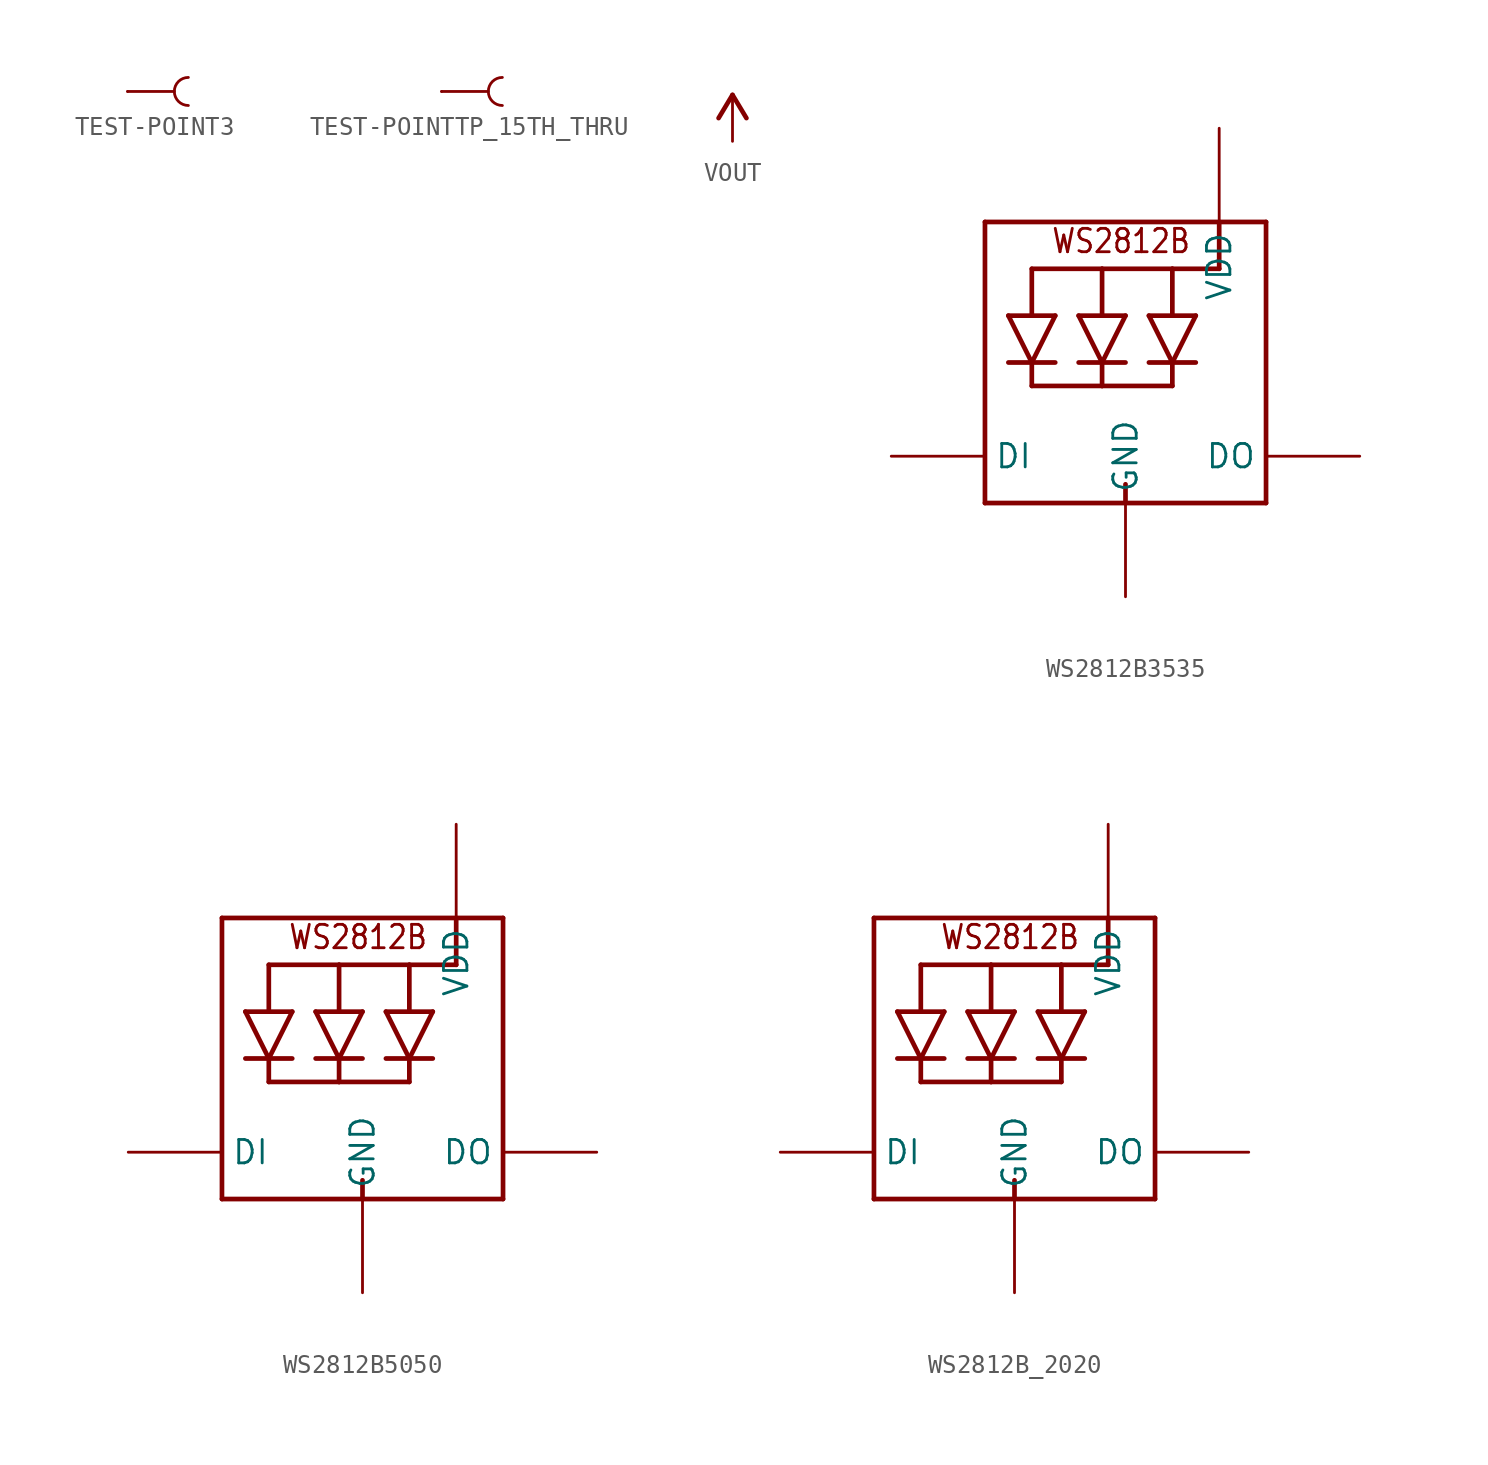
<source format=kicad_sym>
(kicad_symbol_lib
  (version 20231120)
  (generator "kicad_symbol_editor")
  (generator_version "8.0")
  (symbol "TEST-POINT3"
    (property "Reference" "TP"
      (at -2.54 2.54 0)
      (effects (font (size 1.778 1.778)) (justify left bottom) (hide yes)))
    (property "ki_locked" ""
      (at 0 0 0)
      (effects (font (size 1.27 1.27))))
    (symbol "TEST-POINT3_1_0"
      (polyline (pts (xy 2.54 0) (xy 0 0)) (stroke (width 0.152) (type solid)) (fill (type none)))
      (arc (start 3.302 0.762) (mid 2.54 0) (end 3.302 -0.762) (stroke (width 0.1524) (type solid)) (fill (type none)))
      (pin bidirectional line (at 0 0 180) (length 0) (name "1" (effects (font (size 0 0)))) (number "P$1" (effects (font (size 0 0)))))))
  (symbol "TEST-POINTTP_15TH_THRU"
    (property "Reference" "TP"
      (at -2.54 2.54 0)
      (effects (font (size 1.778 1.778)) (justify left bottom) (hide yes)))
    (property "ki_locked" ""
      (at 0 0 0)
      (effects (font (size 1.27 1.27))))
    (symbol "TEST-POINTTP_15TH_THRU_1_0"
      (polyline (pts (xy 2.54 0) (xy 0 0)) (stroke (width 0.152) (type solid)) (fill (type none)))
      (arc (start 3.302 0.762) (mid 2.54 0) (end 3.302 -0.762) (stroke (width 0.1524) (type solid)) (fill (type none)))
      (pin bidirectional line (at 0 0 180) (length 0) (name "1" (effects (font (size 0 0)))) (number "P$1" (effects (font (size 0 0)))))))
  (symbol "VOUT"
    (power)
    (property "Reference" "#SUPPLY"
      (at 0 0 0)
      (effects (font (size 1.27 1.27)) (hide yes)))
    (property "Value" ""
      (at 0 2.794 0)
      (effects (font (size 1.778 1.511)) (justify bottom)))
    (property "ki_locked" ""
      (at 0 0 0)
      (effects (font (size 1.27 1.27))))
    (symbol "VOUT_1_0"
      (polyline (pts (xy 0 2.54) (xy -0.762 1.27)) (stroke (width 0.254) (type solid)) (fill (type none)))
      (polyline (pts (xy 0.762 1.27) (xy 0 2.54)) (stroke (width 0.254) (type solid)) (fill (type none)))
      (pin power_in line (at 0 0 90) (length 2.54) (name "VOUT" (effects (font (size 0 0)))) (number "1" (effects (font (size 0 0)))))))
  (symbol "WS2812B3535"
    (property "Reference" "LED"
      (at 0 0 0)
      (effects (font (size 1.27 1.27)) (hide yes)))
    (property "ki_locked" ""
      (at 0 0 0)
      (effects (font (size 1.27 1.27))))
    (symbol "WS2812B3535_1_0"
      (polyline (pts (xy -7.62 -5.08) (xy 0 -5.08)) (stroke (width 0.254) (type solid)) (fill (type none)))
      (polyline (pts (xy -7.62 10.16) (xy -7.62 -5.08)) (stroke (width 0.254) (type solid)) (fill (type none)))
      (polyline (pts (xy -6.35 2.54) (xy -5.08 2.54)) (stroke (width 0.254) (type solid)) (fill (type none)))
      (polyline (pts (xy -6.35 5.08) (xy -5.08 5.08)) (stroke (width 0.254) (type solid)) (fill (type none)))
      (polyline (pts (xy -5.08 2.54) (xy -6.35 5.08)) (stroke (width 0.254) (type solid)) (fill (type none)))
      (polyline (pts (xy -5.08 2.54) (xy -5.08 1.27)) (stroke (width 0.254) (type solid)) (fill (type none)))
      (polyline (pts (xy -5.08 2.54) (xy -3.81 5.08)) (stroke (width 0.254) (type solid)) (fill (type none)))
      (polyline (pts (xy -5.08 5.08) (xy -3.81 5.08)) (stroke (width 0.254) (type solid)) (fill (type none)))
      (polyline (pts (xy -5.08 7.62) (xy -5.08 5.08)) (stroke (width 0.254) (type solid)) (fill (type none)))
      (polyline (pts (xy -3.81 2.54) (xy -5.08 2.54)) (stroke (width 0.254) (type solid)) (fill (type none)))
      (polyline (pts (xy -2.54 2.54) (xy -1.27 2.54)) (stroke (width 0.254) (type solid)) (fill (type none)))
      (polyline (pts (xy -2.54 5.08) (xy 0 5.08)) (stroke (width 0.254) (type solid)) (fill (type none)))
      (polyline (pts (xy -1.27 1.27) (xy -5.08 1.27)) (stroke (width 0.254) (type solid)) (fill (type none)))
      (polyline (pts (xy -1.27 2.54) (xy -2.54 5.08)) (stroke (width 0.254) (type solid)) (fill (type none)))
      (polyline (pts (xy -1.27 2.54) (xy -1.27 1.27)) (stroke (width 0.254) (type solid)) (fill (type none)))
      (polyline (pts (xy -1.27 2.54) (xy 0 2.54)) (stroke (width 0.254) (type solid)) (fill (type none)))
      (polyline (pts (xy -1.27 5.08) (xy -1.27 7.62)) (stroke (width 0.254) (type solid)) (fill (type none)))
      (polyline (pts (xy -1.27 7.62) (xy -5.08 7.62)) (stroke (width 0.254) (type solid)) (fill (type none)))
      (polyline (pts (xy 0 -5.08) (xy 7.62 -5.08)) (stroke (width 0.254) (type solid)) (fill (type none)))
      (polyline (pts (xy 0 -4.064) (xy 0 -5.08)) (stroke (width 0.254) (type solid)) (fill (type none)))
      (polyline (pts (xy 0 5.08) (xy -1.27 2.54)) (stroke (width 0.254) (type solid)) (fill (type none)))
      (polyline (pts (xy 1.27 5.08) (xy 2.54 2.54)) (stroke (width 0.254) (type solid)) (fill (type none)))
      (polyline (pts (xy 1.27 5.08) (xy 2.54 5.08)) (stroke (width 0.254) (type solid)) (fill (type none)))
      (polyline (pts (xy 2.54 1.27) (xy -1.27 1.27)) (stroke (width 0.254) (type solid)) (fill (type none)))
      (polyline (pts (xy 2.54 2.54) (xy 1.27 2.54)) (stroke (width 0.254) (type solid)) (fill (type none)))
      (polyline (pts (xy 2.54 2.54) (xy 2.54 1.27)) (stroke (width 0.254) (type solid)) (fill (type none)))
      (polyline (pts (xy 2.54 2.54) (xy 3.81 2.54)) (stroke (width 0.254) (type solid)) (fill (type none)))
      (polyline (pts (xy 2.54 2.54) (xy 3.81 5.08)) (stroke (width 0.254) (type solid)) (fill (type none)))
      (polyline (pts (xy 2.54 5.08) (xy 2.54 7.62)) (stroke (width 0.254) (type solid)) (fill (type none)))
      (polyline (pts (xy 2.54 7.62) (xy -1.27 7.62)) (stroke (width 0.254) (type solid)) (fill (type none)))
      (polyline (pts (xy 2.54 7.62) (xy 5.08 7.62)) (stroke (width 0.254) (type solid)) (fill (type none)))
      (polyline (pts (xy 3.81 5.08) (xy 2.54 5.08)) (stroke (width 0.254) (type solid)) (fill (type none)))
      (polyline (pts (xy 5.08 10.16) (xy -7.62 10.16)) (stroke (width 0.254) (type solid)) (fill (type none)))
      (polyline (pts (xy 5.08 10.16) (xy 5.08 7.62)) (stroke (width 0.254) (type solid)) (fill (type none)))
      (polyline (pts (xy 7.62 -5.08) (xy 7.62 10.16)) (stroke (width 0.254) (type solid)) (fill (type none)))
      (polyline (pts (xy 7.62 10.16) (xy 5.08 10.16)) (stroke (width 0.254) (type solid)) (fill (type none)))
      (text "WS2812B" (at -4.064 8.382 0) (effects (font (size 1.27 1.079)) (justify left bottom)))
      (pin input line (at -12.7 -2.54 0) (length 5.08) (name "DI" (effects (font (size 1.27 1.27)))) (number "1" (effects (font (size 0 0)))))
      (pin power_in line (at 5.08 15.24 270) (length 5.08) (name "VDD" (effects (font (size 1.27 1.27)))) (number "2" (effects (font (size 0 0)))))
      (pin output line (at 12.7 -2.54 180) (length 5.08) (name "DO" (effects (font (size 1.27 1.27)))) (number "3" (effects (font (size 0 0)))))
      (pin power_in line (at 0 -10.16 90) (length 5.08) (name "GND" (effects (font (size 1.27 1.27)))) (number "4" (effects (font (size 0 0)))))))
  (symbol "WS2812B5050"
    (property "Reference" "LED"
      (at 0 0 0)
      (effects (font (size 1.27 1.27)) (hide yes)))
    (property "ki_locked" ""
      (at 0 0 0)
      (effects (font (size 1.27 1.27))))
    (symbol "WS2812B5050_1_0"
      (polyline (pts (xy -7.62 -5.08) (xy 0 -5.08)) (stroke (width 0.254) (type solid)) (fill (type none)))
      (polyline (pts (xy -7.62 10.16) (xy -7.62 -5.08)) (stroke (width 0.254) (type solid)) (fill (type none)))
      (polyline (pts (xy -6.35 2.54) (xy -5.08 2.54)) (stroke (width 0.254) (type solid)) (fill (type none)))
      (polyline (pts (xy -6.35 5.08) (xy -5.08 5.08)) (stroke (width 0.254) (type solid)) (fill (type none)))
      (polyline (pts (xy -5.08 2.54) (xy -6.35 5.08)) (stroke (width 0.254) (type solid)) (fill (type none)))
      (polyline (pts (xy -5.08 2.54) (xy -5.08 1.27)) (stroke (width 0.254) (type solid)) (fill (type none)))
      (polyline (pts (xy -5.08 2.54) (xy -3.81 5.08)) (stroke (width 0.254) (type solid)) (fill (type none)))
      (polyline (pts (xy -5.08 5.08) (xy -3.81 5.08)) (stroke (width 0.254) (type solid)) (fill (type none)))
      (polyline (pts (xy -5.08 7.62) (xy -5.08 5.08)) (stroke (width 0.254) (type solid)) (fill (type none)))
      (polyline (pts (xy -3.81 2.54) (xy -5.08 2.54)) (stroke (width 0.254) (type solid)) (fill (type none)))
      (polyline (pts (xy -2.54 2.54) (xy -1.27 2.54)) (stroke (width 0.254) (type solid)) (fill (type none)))
      (polyline (pts (xy -2.54 5.08) (xy 0 5.08)) (stroke (width 0.254) (type solid)) (fill (type none)))
      (polyline (pts (xy -1.27 1.27) (xy -5.08 1.27)) (stroke (width 0.254) (type solid)) (fill (type none)))
      (polyline (pts (xy -1.27 2.54) (xy -2.54 5.08)) (stroke (width 0.254) (type solid)) (fill (type none)))
      (polyline (pts (xy -1.27 2.54) (xy -1.27 1.27)) (stroke (width 0.254) (type solid)) (fill (type none)))
      (polyline (pts (xy -1.27 2.54) (xy 0 2.54)) (stroke (width 0.254) (type solid)) (fill (type none)))
      (polyline (pts (xy -1.27 5.08) (xy -1.27 7.62)) (stroke (width 0.254) (type solid)) (fill (type none)))
      (polyline (pts (xy -1.27 7.62) (xy -5.08 7.62)) (stroke (width 0.254) (type solid)) (fill (type none)))
      (polyline (pts (xy 0 -5.08) (xy 7.62 -5.08)) (stroke (width 0.254) (type solid)) (fill (type none)))
      (polyline (pts (xy 0 -4.064) (xy 0 -5.08)) (stroke (width 0.254) (type solid)) (fill (type none)))
      (polyline (pts (xy 0 5.08) (xy -1.27 2.54)) (stroke (width 0.254) (type solid)) (fill (type none)))
      (polyline (pts (xy 1.27 5.08) (xy 2.54 2.54)) (stroke (width 0.254) (type solid)) (fill (type none)))
      (polyline (pts (xy 1.27 5.08) (xy 2.54 5.08)) (stroke (width 0.254) (type solid)) (fill (type none)))
      (polyline (pts (xy 2.54 1.27) (xy -1.27 1.27)) (stroke (width 0.254) (type solid)) (fill (type none)))
      (polyline (pts (xy 2.54 2.54) (xy 1.27 2.54)) (stroke (width 0.254) (type solid)) (fill (type none)))
      (polyline (pts (xy 2.54 2.54) (xy 2.54 1.27)) (stroke (width 0.254) (type solid)) (fill (type none)))
      (polyline (pts (xy 2.54 2.54) (xy 3.81 2.54)) (stroke (width 0.254) (type solid)) (fill (type none)))
      (polyline (pts (xy 2.54 2.54) (xy 3.81 5.08)) (stroke (width 0.254) (type solid)) (fill (type none)))
      (polyline (pts (xy 2.54 5.08) (xy 2.54 7.62)) (stroke (width 0.254) (type solid)) (fill (type none)))
      (polyline (pts (xy 2.54 7.62) (xy -1.27 7.62)) (stroke (width 0.254) (type solid)) (fill (type none)))
      (polyline (pts (xy 2.54 7.62) (xy 5.08 7.62)) (stroke (width 0.254) (type solid)) (fill (type none)))
      (polyline (pts (xy 3.81 5.08) (xy 2.54 5.08)) (stroke (width 0.254) (type solid)) (fill (type none)))
      (polyline (pts (xy 5.08 10.16) (xy -7.62 10.16)) (stroke (width 0.254) (type solid)) (fill (type none)))
      (polyline (pts (xy 5.08 10.16) (xy 5.08 7.62)) (stroke (width 0.254) (type solid)) (fill (type none)))
      (polyline (pts (xy 7.62 -5.08) (xy 7.62 10.16)) (stroke (width 0.254) (type solid)) (fill (type none)))
      (polyline (pts (xy 7.62 10.16) (xy 5.08 10.16)) (stroke (width 0.254) (type solid)) (fill (type none)))
      (text "WS2812B" (at -4.064 8.382 0) (effects (font (size 1.27 1.079)) (justify left bottom)))
      (pin power_in line (at 5.08 15.24 270) (length 5.08) (name "VDD" (effects (font (size 1.27 1.27)))) (number "1-VDD" (effects (font (size 0 0)))))
      (pin output line (at 12.7 -2.54 180) (length 5.08) (name "DO" (effects (font (size 1.27 1.27)))) (number "2-DOUT" (effects (font (size 0 0)))))
      (pin power_in line (at 0 -10.16 90) (length 5.08) (name "GND" (effects (font (size 1.27 1.27)))) (number "3-GND" (effects (font (size 0 0)))))
      (pin input line (at -12.7 -2.54 0) (length 5.08) (name "DI" (effects (font (size 1.27 1.27)))) (number "4-DIN" (effects (font (size 0 0)))))))
  (symbol "WS2812B_2020"
    (property "Reference" "LED"
      (at 0 0 0)
      (effects (font (size 1.27 1.27)) (hide yes)))
    (property "ki_locked" ""
      (at 0 0 0)
      (effects (font (size 1.27 1.27))))
    (symbol "WS2812B_2020_1_0"
      (polyline (pts (xy -7.62 -5.08) (xy 0 -5.08)) (stroke (width 0.254) (type solid)) (fill (type none)))
      (polyline (pts (xy -7.62 10.16) (xy -7.62 -5.08)) (stroke (width 0.254) (type solid)) (fill (type none)))
      (polyline (pts (xy -6.35 2.54) (xy -5.08 2.54)) (stroke (width 0.254) (type solid)) (fill (type none)))
      (polyline (pts (xy -6.35 5.08) (xy -5.08 5.08)) (stroke (width 0.254) (type solid)) (fill (type none)))
      (polyline (pts (xy -5.08 2.54) (xy -6.35 5.08)) (stroke (width 0.254) (type solid)) (fill (type none)))
      (polyline (pts (xy -5.08 2.54) (xy -5.08 1.27)) (stroke (width 0.254) (type solid)) (fill (type none)))
      (polyline (pts (xy -5.08 2.54) (xy -3.81 5.08)) (stroke (width 0.254) (type solid)) (fill (type none)))
      (polyline (pts (xy -5.08 5.08) (xy -3.81 5.08)) (stroke (width 0.254) (type solid)) (fill (type none)))
      (polyline (pts (xy -5.08 7.62) (xy -5.08 5.08)) (stroke (width 0.254) (type solid)) (fill (type none)))
      (polyline (pts (xy -3.81 2.54) (xy -5.08 2.54)) (stroke (width 0.254) (type solid)) (fill (type none)))
      (polyline (pts (xy -2.54 2.54) (xy -1.27 2.54)) (stroke (width 0.254) (type solid)) (fill (type none)))
      (polyline (pts (xy -2.54 5.08) (xy 0 5.08)) (stroke (width 0.254) (type solid)) (fill (type none)))
      (polyline (pts (xy -1.27 1.27) (xy -5.08 1.27)) (stroke (width 0.254) (type solid)) (fill (type none)))
      (polyline (pts (xy -1.27 2.54) (xy -2.54 5.08)) (stroke (width 0.254) (type solid)) (fill (type none)))
      (polyline (pts (xy -1.27 2.54) (xy -1.27 1.27)) (stroke (width 0.254) (type solid)) (fill (type none)))
      (polyline (pts (xy -1.27 2.54) (xy 0 2.54)) (stroke (width 0.254) (type solid)) (fill (type none)))
      (polyline (pts (xy -1.27 5.08) (xy -1.27 7.62)) (stroke (width 0.254) (type solid)) (fill (type none)))
      (polyline (pts (xy -1.27 7.62) (xy -5.08 7.62)) (stroke (width 0.254) (type solid)) (fill (type none)))
      (polyline (pts (xy 0 -5.08) (xy 7.62 -5.08)) (stroke (width 0.254) (type solid)) (fill (type none)))
      (polyline (pts (xy 0 -4.064) (xy 0 -5.08)) (stroke (width 0.254) (type solid)) (fill (type none)))
      (polyline (pts (xy 0 5.08) (xy -1.27 2.54)) (stroke (width 0.254) (type solid)) (fill (type none)))
      (polyline (pts (xy 1.27 5.08) (xy 2.54 2.54)) (stroke (width 0.254) (type solid)) (fill (type none)))
      (polyline (pts (xy 1.27 5.08) (xy 2.54 5.08)) (stroke (width 0.254) (type solid)) (fill (type none)))
      (polyline (pts (xy 2.54 1.27) (xy -1.27 1.27)) (stroke (width 0.254) (type solid)) (fill (type none)))
      (polyline (pts (xy 2.54 2.54) (xy 1.27 2.54)) (stroke (width 0.254) (type solid)) (fill (type none)))
      (polyline (pts (xy 2.54 2.54) (xy 2.54 1.27)) (stroke (width 0.254) (type solid)) (fill (type none)))
      (polyline (pts (xy 2.54 2.54) (xy 3.81 2.54)) (stroke (width 0.254) (type solid)) (fill (type none)))
      (polyline (pts (xy 2.54 2.54) (xy 3.81 5.08)) (stroke (width 0.254) (type solid)) (fill (type none)))
      (polyline (pts (xy 2.54 5.08) (xy 2.54 7.62)) (stroke (width 0.254) (type solid)) (fill (type none)))
      (polyline (pts (xy 2.54 7.62) (xy -1.27 7.62)) (stroke (width 0.254) (type solid)) (fill (type none)))
      (polyline (pts (xy 2.54 7.62) (xy 5.08 7.62)) (stroke (width 0.254) (type solid)) (fill (type none)))
      (polyline (pts (xy 3.81 5.08) (xy 2.54 5.08)) (stroke (width 0.254) (type solid)) (fill (type none)))
      (polyline (pts (xy 5.08 10.16) (xy -7.62 10.16)) (stroke (width 0.254) (type solid)) (fill (type none)))
      (polyline (pts (xy 5.08 10.16) (xy 5.08 7.62)) (stroke (width 0.254) (type solid)) (fill (type none)))
      (polyline (pts (xy 7.62 -5.08) (xy 7.62 10.16)) (stroke (width 0.254) (type solid)) (fill (type none)))
      (polyline (pts (xy 7.62 10.16) (xy 5.08 10.16)) (stroke (width 0.254) (type solid)) (fill (type none)))
      (text "WS2812B" (at -4.064 8.382 0) (effects (font (size 1.27 1.079)) (justify left bottom)))
      (pin output line (at 12.7 -2.54 180) (length 5.08) (name "DO" (effects (font (size 1.27 1.27)))) (number "1" (effects (font (size 0 0)))))
      (pin power_in line (at 0 -10.16 90) (length 5.08) (name "GND" (effects (font (size 1.27 1.27)))) (number "2" (effects (font (size 0 0)))))
      (pin input line (at -12.7 -2.54 0) (length 5.08) (name "DI" (effects (font (size 1.27 1.27)))) (number "3" (effects (font (size 0 0)))))
      (pin power_in line (at 5.08 15.24 270) (length 5.08) (name "VDD" (effects (font (size 1.27 1.27)))) (number "4" (effects (font (size 0 0))))))))
</source>
